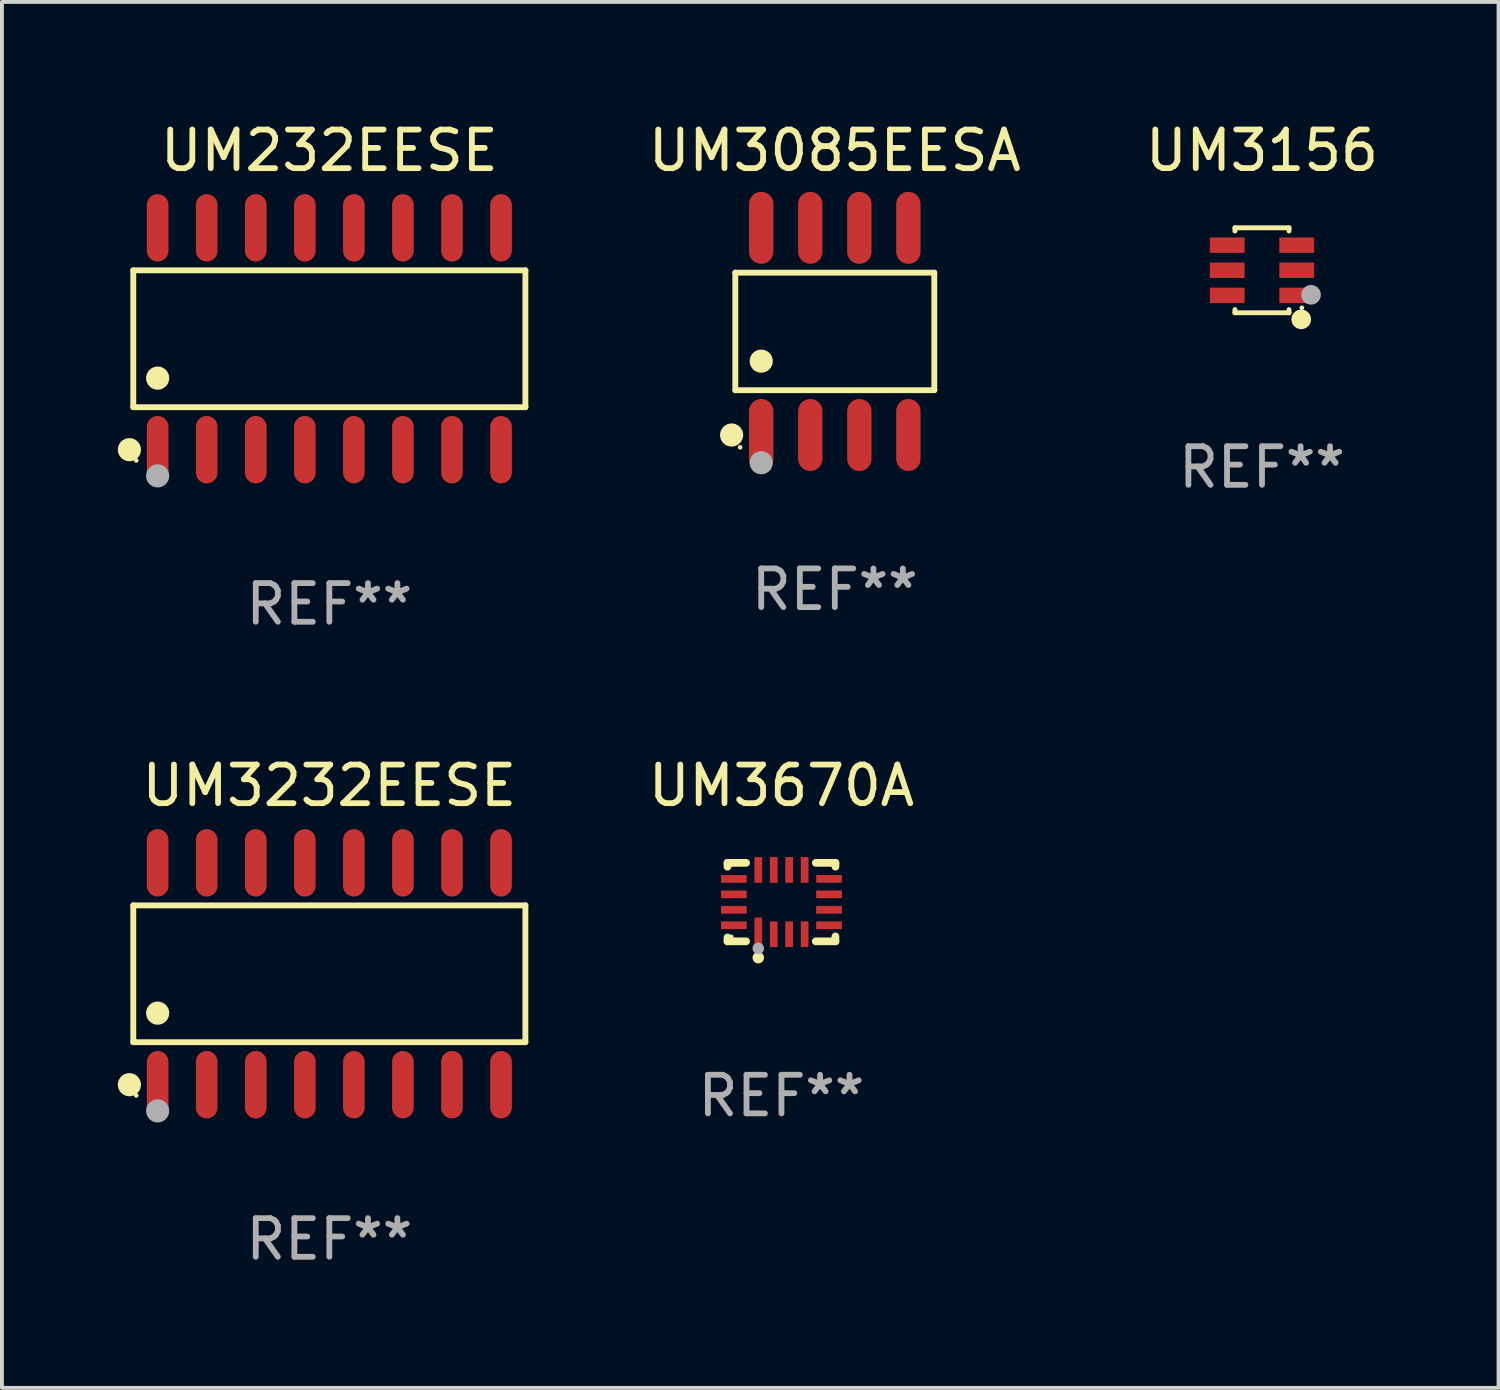
<source format=kicad_pcb>
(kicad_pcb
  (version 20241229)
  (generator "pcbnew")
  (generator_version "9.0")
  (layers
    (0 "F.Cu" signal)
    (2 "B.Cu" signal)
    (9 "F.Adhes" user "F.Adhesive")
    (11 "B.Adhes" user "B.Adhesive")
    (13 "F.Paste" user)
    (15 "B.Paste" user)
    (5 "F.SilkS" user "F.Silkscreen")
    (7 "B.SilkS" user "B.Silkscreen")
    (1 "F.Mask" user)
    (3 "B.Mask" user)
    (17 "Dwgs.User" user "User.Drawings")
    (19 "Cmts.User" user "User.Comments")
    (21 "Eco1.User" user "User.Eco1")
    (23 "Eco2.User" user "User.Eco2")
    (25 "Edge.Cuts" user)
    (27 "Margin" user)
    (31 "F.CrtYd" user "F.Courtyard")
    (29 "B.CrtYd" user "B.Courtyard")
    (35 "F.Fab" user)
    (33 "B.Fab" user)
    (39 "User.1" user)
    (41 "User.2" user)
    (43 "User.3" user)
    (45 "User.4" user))
  (footprint "UM3156"
    (layer "F.Cu")
    (at 29.624 3.948)
    (property "Reference" "UM3156" (at 0 -3.1 0) (layer "F.SilkS") (effects (font (size 1 1) (thickness 0.15))))
    (attr through_hole)
    (fp_line (start -0.7 -1.018) (end -0.7 -1.1) (stroke (width 0.127) (type solid)) (layer "F.SilkS"))
    (fp_line (start -0.7 1.1) (end -0.7 1.018) (stroke (width 0.127) (type solid)) (layer "F.SilkS"))
    (fp_line (start 0.7 -1.1) (end -0.7 -1.1) (stroke (width 0.127) (type solid)) (layer "F.SilkS"))
    (fp_line (start 0.7 -1.018) (end 0.7 -1.1) (stroke (width 0.127) (type solid)) (layer "F.SilkS"))
    (fp_line (start 0.7 1.1) (end -0.7 1.1) (stroke (width 0.127) (type solid)) (layer "F.SilkS"))
    (fp_line (start 0.7 1.1) (end 0.7 1.018) (stroke (width 0.127) (type solid)) (layer "F.SilkS"))
    (fp_circle (center 1.016 1.27) (end 1.143 1.27) (stroke (width 0.254) (type solid)) (fill no) (layer "F.SilkS"))
    (fp_circle (center 1.032 0.97) (end 1.062 0.97) (stroke (width 0.06) (type solid)) (fill no) (layer "F.SilkS"))
    (fp_circle (center 1.27 0.635) (end 1.397 0.635) (stroke (width 0.254) (type solid)) (fill no) (layer "F.Fab"))
    (fp_text user "REF**" (at 0 5.1 0) (layer "F.Fab") (effects (font (size 1 1) (thickness 0.15))))
    (pad "1" smd rect (at 0.9 0.65 90) (size 0.4 0.9) (layers "F.Cu" "F.Mask" "F.Paste"))
    (pad "2" smd rect (at 0.9 -0.000102 90) (size 0.4 0.9) (layers "F.Cu" "F.Mask" "F.Paste"))
    (pad "3" smd rect (at 0.9 -0.65 90) (size 0.4 0.9) (layers "F.Cu" "F.Mask" "F.Paste"))
    (pad "4" smd rect (at -0.9 -0.65 90) (size 0.4 0.9) (layers "F.Cu" "F.Mask" "F.Paste"))
    (pad "5" smd rect (at -0.9 -0.000102 90) (size 0.4 0.9) (layers "F.Cu" "F.Mask" "F.Paste"))
    (pad "6" smd rect (at -0.9 0.65 90) (size 0.4 0.9) (layers "F.Cu" "F.Mask" "F.Paste")))
  (footprint "UM3670A"
    (layer "F.Cu")
    (at 17.183 20.306)
    (property "Reference" "UM3670A" (at 0 -3.016 0) (layer "F.SilkS") (effects (font (size 1 1) (thickness 0.15))))
    (attr through_hole)
    (fp_line (start -1.397 -1.016) (end -1.397 -0.916) (stroke (width 0.2) (type solid)) (layer "F.SilkS"))
    (fp_line (start -1.397 0.916) (end -1.397 1.016) (stroke (width 0.2) (type solid)) (layer "F.SilkS"))
    (fp_line (start -1.397 1.016) (end -0.916 1.016) (stroke (width 0.2) (type solid)) (layer "F.SilkS"))
    (fp_line (start -0.916 -1.016) (end -1.397 -1.016) (stroke (width 0.2) (type solid)) (layer "F.SilkS"))
    (fp_line (start 0.889 -1.016) (end 1.397 -1.016) (stroke (width 0.2) (type solid)) (layer "F.SilkS"))
    (fp_line (start 1.397 -1.016) (end 1.397 -0.916) (stroke (width 0.2) (type solid)) (layer "F.SilkS"))
    (fp_line (start 1.397 0.889) (end 1.397 1.016) (stroke (width 0.2) (type solid)) (layer "F.SilkS"))
    (fp_line (start 1.397 1.016) (end 0.889 1.016) (stroke (width 0.2) (type solid)) (layer "F.SilkS"))
    (fp_circle (center -1.3 0.9) (end -1.27 0.9) (stroke (width 0.06) (type solid)) (fill no) (layer "F.SilkS"))
    (fp_circle (center -0.6 1.44) (end -0.525 1.44) (stroke (width 0.15) (type solid)) (fill no) (layer "F.SilkS"))
    (fp_circle (center -0.6 1.2) (end -0.525 1.2) (stroke (width 0.15) (type solid)) (fill no) (layer "F.Fab"))
    (fp_text user "REF**" (at 0 5.016 0) (layer "F.Fab") (effects (font (size 1 1) (thickness 0.15))))
    (pad "1" smd rect (at -0.6 0.782) (size 0.2 0.765) (layers "F.Cu" "F.Mask" "F.Paste"))
    (pad "2" smd rect (at -0.2 0.833) (size 0.2 0.665) (layers "F.Cu" "F.Mask" "F.Paste"))
    (pad "3" smd rect (at 0.2 0.833) (size 0.2 0.665) (layers "F.Cu" "F.Mask" "F.Paste"))
    (pad "4" smd rect (at 0.6 0.833) (size 0.2 0.665) (layers "F.Cu" "F.Mask" "F.Paste"))
    (pad "5" smd rect (at 1.232 0.6) (size 0.665 0.2) (layers "F.Cu" "F.Mask" "F.Paste"))
    (pad "6" smd rect (at 1.232 0.2) (size 0.665 0.2) (layers "F.Cu" "F.Mask" "F.Paste"))
    (pad "7" smd rect (at 1.232 -0.2) (size 0.665 0.2) (layers "F.Cu" "F.Mask" "F.Paste"))
    (pad "8" smd rect (at 1.232 -0.6) (size 0.665 0.2) (layers "F.Cu" "F.Mask" "F.Paste"))
    (pad "9" smd rect (at 0.6 -0.833) (size 0.2 0.665) (layers "F.Cu" "F.Mask" "F.Paste"))
    (pad "10" smd rect (at 0.2 -0.833) (size 0.2 0.665) (layers "F.Cu" "F.Mask" "F.Paste"))
    (pad "11" smd rect (at -0.2 -0.833) (size 0.2 0.665) (layers "F.Cu" "F.Mask" "F.Paste"))
    (pad "12" smd rect (at -0.6 -0.833) (size 0.2 0.665) (layers "F.Cu" "F.Mask" "F.Paste"))
    (pad "13" smd rect (at -1.232 -0.6) (size 0.665 0.2) (layers "F.Cu" "F.Mask" "F.Paste"))
    (pad "14" smd rect (at -1.232 -0.2) (size 0.665 0.2) (layers "F.Cu" "F.Mask" "F.Paste"))
    (pad "15" smd rect (at -1.232 0.2) (size 0.665 0.2) (layers "F.Cu" "F.Mask" "F.Paste"))
    (pad "16" smd rect (at -1.232 0.6) (size 0.665 0.2) (layers "F.Cu" "F.Mask" "F.Paste")))
  (footprint "UM232EESE"
    (layer "F.Cu")
    (at 5.477 5.721)
    (property "Reference" "UM232EESE" (at 0 -4.872 0) (layer "F.SilkS") (effects (font (size 1 1) (thickness 0.15))))
    (attr through_hole)
    (fp_line (start -5.076 -1.771) (end 5.076 -1.771) (stroke (width 0.152) (type solid)) (layer "F.SilkS"))
    (fp_line (start -5.076 1.771) (end -5.076 -1.771) (stroke (width 0.152) (type solid)) (layer "F.SilkS"))
    (fp_line (start 5.076 -1.771) (end 5.076 1.771) (stroke (width 0.152) (type solid)) (layer "F.SilkS"))
    (fp_line (start 5.076 1.771) (end -5.076 1.771) (stroke (width 0.152) (type solid)) (layer "F.SilkS"))
    (fp_circle (center -5.177 2.872) (end -5.027 2.872) (stroke (width 0.3) (type solid)) (fill no) (layer "F.SilkS"))
    (fp_circle (center -5 3.15) (end -4.97 3.15) (stroke (width 0.06) (type solid)) (fill no) (layer "F.SilkS"))
    (fp_circle (center -4.445 1.019) (end -4.295 1.019) (stroke (width 0.3) (type solid)) (fill no) (layer "F.SilkS"))
    (fp_circle (center -4.445 3.55) (end -4.295 3.55) (stroke (width 0.3) (type solid)) (fill no) (layer "F.Fab"))
    (fp_text user "REF**" (at 0 6.872 0) (layer "F.Fab") (effects (font (size 1 1) (thickness 0.15))))
    (pad "1" smd oval (at -4.445 2.872) (size 0.56 1.745) (layers "F.Cu" "F.Mask" "F.Paste"))
    (pad "2" smd oval (at -3.175 2.872) (size 0.56 1.745) (layers "F.Cu" "F.Mask" "F.Paste"))
    (pad "3" smd oval (at -1.905 2.872) (size 0.56 1.745) (layers "F.Cu" "F.Mask" "F.Paste"))
    (pad "4" smd oval (at -0.635 2.872) (size 0.56 1.745) (layers "F.Cu" "F.Mask" "F.Paste"))
    (pad "5" smd oval (at 0.635 2.872) (size 0.56 1.745) (layers "F.Cu" "F.Mask" "F.Paste"))
    (pad "6" smd oval (at 1.905 2.872) (size 0.56 1.745) (layers "F.Cu" "F.Mask" "F.Paste"))
    (pad "7" smd oval (at 3.175 2.872) (size 0.56 1.745) (layers "F.Cu" "F.Mask" "F.Paste"))
    (pad "8" smd oval (at 4.445 2.872) (size 0.56 1.745) (layers "F.Cu" "F.Mask" "F.Paste"))
    (pad "9" smd oval (at 4.445 -2.872) (size 0.56 1.745) (layers "F.Cu" "F.Mask" "F.Paste"))
    (pad "10" smd oval (at 3.175 -2.872) (size 0.56 1.745) (layers "F.Cu" "F.Mask" "F.Paste"))
    (pad "11" smd oval (at 1.905 -2.872) (size 0.56 1.745) (layers "F.Cu" "F.Mask" "F.Paste"))
    (pad "12" smd oval (at 0.635 -2.872) (size 0.56 1.745) (layers "F.Cu" "F.Mask" "F.Paste"))
    (pad "13" smd oval (at -0.635 -2.872) (size 0.56 1.745) (layers "F.Cu" "F.Mask" "F.Paste"))
    (pad "14" smd oval (at -1.905 -2.872) (size 0.56 1.745) (layers "F.Cu" "F.Mask" "F.Paste"))
    (pad "15" smd oval (at -3.175 -2.872) (size 0.56 1.745) (layers "F.Cu" "F.Mask" "F.Paste"))
    (pad "16" smd oval (at -4.445 -2.872) (size 0.56 1.745) (layers "F.Cu" "F.Mask" "F.Paste")))
  (footprint "UM3232EESE"
    (layer "F.Cu")
    (at 5.477 22.162)
    (property "Reference" "UM3232EESE" (at 0 -4.872 0) (layer "F.SilkS") (effects (font (size 1 1) (thickness 0.15))))
    (attr through_hole)
    (fp_line (start -5.076 -1.771) (end 5.076 -1.771) (stroke (width 0.152) (type solid)) (layer "F.SilkS"))
    (fp_line (start -5.076 1.771) (end -5.076 -1.771) (stroke (width 0.152) (type solid)) (layer "F.SilkS"))
    (fp_line (start 5.076 -1.771) (end 5.076 1.771) (stroke (width 0.152) (type solid)) (layer "F.SilkS"))
    (fp_line (start 5.076 1.771) (end -5.076 1.771) (stroke (width 0.152) (type solid)) (layer "F.SilkS"))
    (fp_circle (center -5.177 2.872) (end -5.027 2.872) (stroke (width 0.3) (type solid)) (fill no) (layer "F.SilkS"))
    (fp_circle (center -5 3.15) (end -4.97 3.15) (stroke (width 0.06) (type solid)) (fill no) (layer "F.SilkS"))
    (fp_circle (center -4.445 1.019) (end -4.295 1.019) (stroke (width 0.3) (type solid)) (fill no) (layer "F.SilkS"))
    (fp_circle (center -4.445 3.55) (end -4.295 3.55) (stroke (width 0.3) (type solid)) (fill no) (layer "F.Fab"))
    (fp_text user "REF**" (at 0 6.872 0) (layer "F.Fab") (effects (font (size 1 1) (thickness 0.15))))
    (pad "1" smd oval (at -4.445 2.872) (size 0.56 1.745) (layers "F.Cu" "F.Mask" "F.Paste"))
    (pad "2" smd oval (at -3.175 2.872) (size 0.56 1.745) (layers "F.Cu" "F.Mask" "F.Paste"))
    (pad "3" smd oval (at -1.905 2.872) (size 0.56 1.745) (layers "F.Cu" "F.Mask" "F.Paste"))
    (pad "4" smd oval (at -0.635 2.872) (size 0.56 1.745) (layers "F.Cu" "F.Mask" "F.Paste"))
    (pad "5" smd oval (at 0.635 2.872) (size 0.56 1.745) (layers "F.Cu" "F.Mask" "F.Paste"))
    (pad "6" smd oval (at 1.905 2.872) (size 0.56 1.745) (layers "F.Cu" "F.Mask" "F.Paste"))
    (pad "7" smd oval (at 3.175 2.872) (size 0.56 1.745) (layers "F.Cu" "F.Mask" "F.Paste"))
    (pad "8" smd oval (at 4.445 2.872) (size 0.56 1.745) (layers "F.Cu" "F.Mask" "F.Paste"))
    (pad "9" smd oval (at 4.445 -2.872) (size 0.56 1.745) (layers "F.Cu" "F.Mask" "F.Paste"))
    (pad "10" smd oval (at 3.175 -2.872) (size 0.56 1.745) (layers "F.Cu" "F.Mask" "F.Paste"))
    (pad "11" smd oval (at 1.905 -2.872) (size 0.56 1.745) (layers "F.Cu" "F.Mask" "F.Paste"))
    (pad "12" smd oval (at 0.635 -2.872) (size 0.56 1.745) (layers "F.Cu" "F.Mask" "F.Paste"))
    (pad "13" smd oval (at -0.635 -2.872) (size 0.56 1.745) (layers "F.Cu" "F.Mask" "F.Paste"))
    (pad "14" smd oval (at -1.905 -2.872) (size 0.56 1.745) (layers "F.Cu" "F.Mask" "F.Paste"))
    (pad "15" smd oval (at -3.175 -2.872) (size 0.56 1.745) (layers "F.Cu" "F.Mask" "F.Paste"))
    (pad "16" smd oval (at -4.445 -2.872) (size 0.56 1.745) (layers "F.Cu" "F.Mask" "F.Paste")))
  (footprint "UM3085EESA"
    (layer "F.Cu")
    (at 18.564 5.531)
    (property "Reference" "UM3085EESA" (at 0 -4.682 0) (layer "F.SilkS") (effects (font (size 1 1) (thickness 0.15))))
    (attr through_hole)
    (fp_line (start -2.576 -1.521) (end 2.576 -1.521) (stroke (width 0.152) (type solid)) (layer "F.SilkS"))
    (fp_line (start -2.576 1.521) (end -2.576 -1.521) (stroke (width 0.152) (type solid)) (layer "F.SilkS"))
    (fp_line (start 2.576 -1.521) (end 2.576 1.521) (stroke (width 0.152) (type solid)) (layer "F.SilkS"))
    (fp_line (start 2.576 1.521) (end -2.576 1.521) (stroke (width 0.152) (type solid)) (layer "F.SilkS"))
    (fp_circle (center -2.672 2.682) (end -2.522 2.682) (stroke (width 0.3) (type solid)) (fill no) (layer "F.SilkS"))
    (fp_circle (center -2.45 3) (end -2.42 3) (stroke (width 0.06) (type solid)) (fill no) (layer "F.SilkS"))
    (fp_circle (center -1.905 0.769) (end -1.755 0.769) (stroke (width 0.3) (type solid)) (fill no) (layer "F.SilkS"))
    (fp_circle (center -1.905 3.4) (end -1.755 3.4) (stroke (width 0.3) (type solid)) (fill no) (layer "F.Fab"))
    (fp_text user "REF**" (at 0 6.682 0) (layer "F.Fab") (effects (font (size 1 1) (thickness 0.15))))
    (pad "1" smd oval (at -1.905 2.682) (size 0.63 1.865) (layers "F.Cu" "F.Mask" "F.Paste"))
    (pad "2" smd oval (at -0.635 2.682) (size 0.63 1.865) (layers "F.Cu" "F.Mask" "F.Paste"))
    (pad "3" smd oval (at 0.635 2.682) (size 0.63 1.865) (layers "F.Cu" "F.Mask" "F.Paste"))
    (pad "4" smd oval (at 1.905 2.682) (size 0.63 1.865) (layers "F.Cu" "F.Mask" "F.Paste"))
    (pad "5" smd oval (at 1.905 -2.682) (size 0.63 1.865) (layers "F.Cu" "F.Mask" "F.Paste"))
    (pad "6" smd oval (at 0.635 -2.682) (size 0.63 1.865) (layers "F.Cu" "F.Mask" "F.Paste"))
    (pad "7" smd oval (at -0.635 -2.682) (size 0.63 1.865) (layers "F.Cu" "F.Mask" "F.Paste"))
    (pad "8" smd oval (at -1.905 -2.682) (size 0.63 1.865) (layers "F.Cu" "F.Mask" "F.Paste")))
  (gr_rect
    (start -3 -3)
    (end 35.749 32.883)
    (stroke (width 0.1) (type default))
    (fill no)
    (layer "Edge.Cuts")))
</source>
